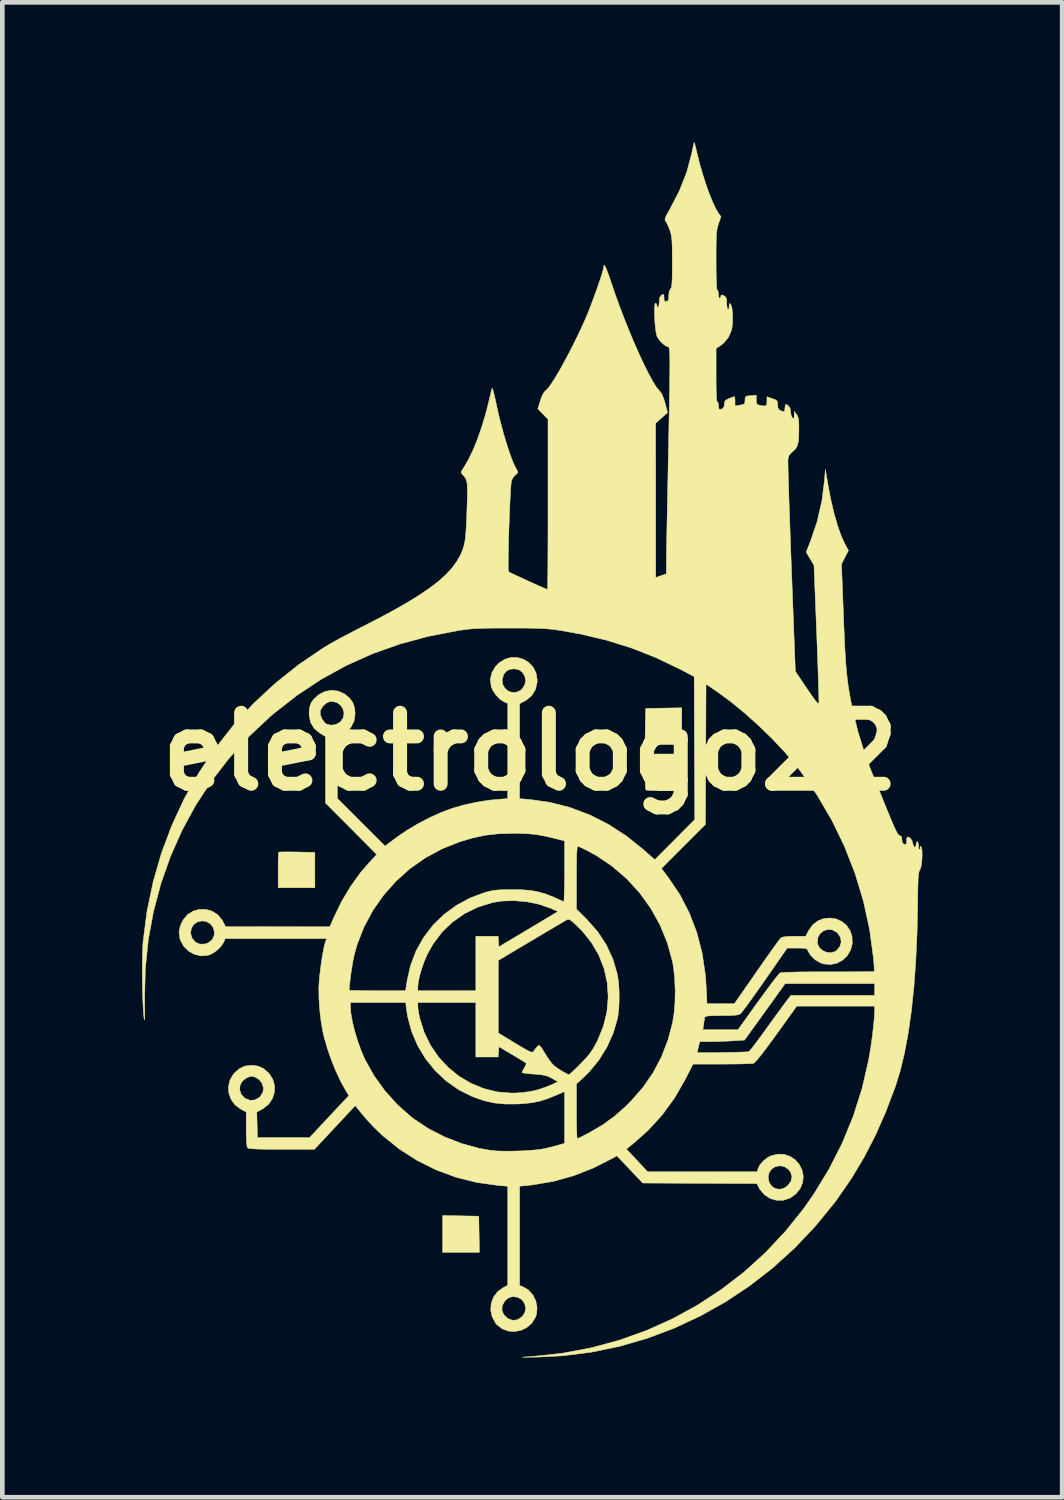
<source format=kicad_pcb>
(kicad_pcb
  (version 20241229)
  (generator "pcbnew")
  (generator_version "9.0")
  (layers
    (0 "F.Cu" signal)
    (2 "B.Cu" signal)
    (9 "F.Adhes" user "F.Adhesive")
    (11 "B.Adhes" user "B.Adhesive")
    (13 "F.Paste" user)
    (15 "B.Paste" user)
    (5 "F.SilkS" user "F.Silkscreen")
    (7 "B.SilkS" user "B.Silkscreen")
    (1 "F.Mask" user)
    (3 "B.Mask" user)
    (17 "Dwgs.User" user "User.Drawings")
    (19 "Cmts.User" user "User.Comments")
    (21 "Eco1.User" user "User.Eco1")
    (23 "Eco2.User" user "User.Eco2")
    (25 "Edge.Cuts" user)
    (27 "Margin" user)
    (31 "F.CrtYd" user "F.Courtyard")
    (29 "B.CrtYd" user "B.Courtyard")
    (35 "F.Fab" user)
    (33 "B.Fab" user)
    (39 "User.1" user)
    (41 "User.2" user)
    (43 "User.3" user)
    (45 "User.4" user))
  (footprint "electrologo22"
    (layer "F.Cu")
    (at 8.33 13.081)
    (property "Reference" "electrologo22" (at 0 0 0) (layer "F.SilkS") (effects (font (size 1.524 1.524) (thickness 0.3))))
    (attr through_hole)
    (fp_poly (pts (xy 3.251 -0.152) (xy 2.462 -0.152) (xy 2.477 -0.927) (xy 3.251 -0.941) (xy 3.251 -0.152)) (stroke (width 0.01) (type solid)) (fill yes) (layer "F.SilkS"))
    (fp_poly (pts (xy -1.105 9.97) (xy -1.098 10.357) (xy -1.091 10.744) (xy -1.88 10.744) (xy -1.88 9.955) (xy -1.105 9.97)) (stroke (width 0.01) (type solid)) (fill yes) (layer "F.SilkS"))
    (fp_poly (pts (xy -5.075 2.153) (xy -5.006 2.154) (xy -4.623 2.162) (xy -4.623 2.921) (xy -5.41 2.921) (xy -5.41 2.544) (xy -5.41 2.411) (xy -5.408 2.298) (xy -5.405 2.212) (xy -5.401 2.164) (xy -5.4 2.157) (xy -5.372 2.154) (xy -5.303 2.152) (xy -5.2 2.152) (xy -5.075 2.153)) (stroke (width 0.01) (type solid)) (fill yes) (layer "F.SilkS"))
    (fp_poly (pts (xy 3.251 0.838) (xy 2.874 0.838) (xy 2.741 0.837) (xy 2.626 0.834) (xy 2.539 0.83) (xy 2.489 0.824) (xy 2.481 0.821) (xy 2.475 0.791) (xy 2.47 0.72) (xy 2.466 0.616) (xy 2.464 0.49) (xy 2.464 0.428) (xy 2.464 0.051) (xy 3.251 0.051) (xy 3.251 0.838)) (stroke (width 0.01) (type solid)) (fill yes) (layer "F.SilkS"))
    (fp_poly (pts (xy 3.526 -13.056) (xy 3.542 -12.996) (xy 3.564 -12.908) (xy 3.581 -12.834) (xy 3.636 -12.615) (xy 3.7 -12.393) (xy 3.769 -12.179) (xy 3.84 -11.979) (xy 3.911 -11.803) (xy 3.978 -11.66) (xy 4.038 -11.558) (xy 4.039 -11.556) (xy 4.093 -11.48) (xy 4.04 -11.328) (xy 4.024 -11.276) (xy 4.011 -11.224) (xy 4.002 -11.163) (xy 3.995 -11.087) (xy 3.991 -10.987) (xy 3.989 -10.857) (xy 3.988 -10.689) (xy 3.988 -10.541) (xy 3.989 -10.326) (xy 3.992 -10.154) (xy 3.997 -10.025) (xy 4.003 -9.942) (xy 4.011 -9.907) (xy 4.013 -9.906) (xy 4.03 -9.884) (xy 4.038 -9.829) (xy 4.039 -9.817) (xy 4.045 -9.758) (xy 4.061 -9.729) (xy 4.064 -9.728) (xy 4.087 -9.749) (xy 4.089 -9.766) (xy 4.096 -9.799) (xy 4.124 -9.799) (xy 4.167 -9.778) (xy 4.199 -9.749) (xy 4.214 -9.694) (xy 4.216 -9.627) (xy 4.221 -9.552) (xy 4.233 -9.499) (xy 4.242 -9.487) (xy 4.26 -9.497) (xy 4.268 -9.548) (xy 4.268 -9.555) (xy 4.27 -9.61) (xy 4.28 -9.62) (xy 4.305 -9.591) (xy 4.306 -9.59) (xy 4.325 -9.538) (xy 4.338 -9.449) (xy 4.343 -9.34) (xy 4.342 -9.224) (xy 4.332 -9.116) (xy 4.318 -9.039) (xy 4.253 -8.893) (xy 4.152 -8.769) (xy 4.082 -8.714) (xy 3.988 -8.653) (xy 3.988 -8.071) (xy 3.989 -7.862) (xy 3.992 -7.7) (xy 3.997 -7.587) (xy 4.005 -7.521) (xy 4.013 -7.506) (xy 4.03 -7.495) (xy 4.038 -7.443) (xy 4.039 -7.431) (xy 4.044 -7.372) (xy 4.059 -7.342) (xy 4.062 -7.341) (xy 4.129 -7.359) (xy 4.162 -7.414) (xy 4.166 -7.455) (xy 4.172 -7.51) (xy 4.198 -7.545) (xy 4.259 -7.576) (xy 4.268 -7.579) (xy 4.333 -7.604) (xy 4.375 -7.619) (xy 4.382 -7.62) (xy 4.39 -7.597) (xy 4.394 -7.541) (xy 4.394 -7.52) (xy 4.394 -7.42) (xy 4.489 -7.435) (xy 4.561 -7.447) (xy 4.595 -7.465) (xy 4.607 -7.501) (xy 4.609 -7.551) (xy 4.613 -7.6) (xy 4.631 -7.626) (xy 4.678 -7.636) (xy 4.731 -7.64) (xy 4.851 -7.648) (xy 4.851 -7.548) (xy 4.855 -7.483) (xy 4.875 -7.45) (xy 4.923 -7.434) (xy 4.931 -7.433) (xy 5.013 -7.419) (xy 5.058 -7.424) (xy 5.076 -7.455) (xy 5.08 -7.517) (xy 5.08 -7.617) (xy 5.194 -7.578) (xy 5.264 -7.551) (xy 5.297 -7.524) (xy 5.308 -7.48) (xy 5.309 -7.444) (xy 5.316 -7.375) (xy 5.344 -7.335) (xy 5.373 -7.319) (xy 5.428 -7.296) (xy 5.453 -7.3) (xy 5.462 -7.341) (xy 5.466 -7.379) (xy 5.473 -7.438) (xy 5.488 -7.454) (xy 5.521 -7.436) (xy 5.531 -7.429) (xy 5.573 -7.38) (xy 5.588 -7.306) (xy 5.588 -7.291) (xy 5.598 -7.217) (xy 5.623 -7.166) (xy 5.626 -7.163) (xy 5.652 -7.149) (xy 5.663 -7.17) (xy 5.665 -7.217) (xy 5.665 -7.303) (xy 5.715 -7.239) (xy 5.738 -7.203) (xy 5.752 -7.156) (xy 5.761 -7.088) (xy 5.765 -6.988) (xy 5.765 -6.901) (xy 5.762 -6.748) (xy 5.75 -6.635) (xy 5.726 -6.552) (xy 5.686 -6.489) (xy 5.627 -6.436) (xy 5.617 -6.428) (xy 5.555 -6.363) (xy 5.531 -6.28) (xy 5.53 -6.241) (xy 5.531 -6.155) (xy 5.534 -6.026) (xy 5.539 -5.857) (xy 5.545 -5.653) (xy 5.552 -5.418) (xy 5.561 -5.154) (xy 5.571 -4.867) (xy 5.582 -4.56) (xy 5.593 -4.236) (xy 5.604 -3.954) (xy 5.689 -1.724) (xy 5.937 -1.354) (xy 6.036 -1.21) (xy 6.11 -1.108) (xy 6.16 -1.047) (xy 6.188 -1.026) (xy 6.194 -1.032) (xy 6.195 -1.066) (xy 6.194 -1.145) (xy 6.191 -1.266) (xy 6.186 -1.424) (xy 6.18 -1.614) (xy 6.173 -1.831) (xy 6.164 -2.071) (xy 6.155 -2.329) (xy 6.147 -2.54) (xy 6.089 -4) (xy 6.005 -4.141) (xy 5.921 -4.282) (xy 6.007 -4.497) (xy 6.157 -4.937) (xy 6.26 -5.39) (xy 6.315 -5.829) (xy 6.333 -6.058) (xy 6.389 -5.728) (xy 6.45 -5.409) (xy 6.519 -5.116) (xy 6.594 -4.854) (xy 6.673 -4.63) (xy 6.756 -4.45) (xy 6.768 -4.427) (xy 6.829 -4.318) (xy 6.754 -4.172) (xy 6.679 -4.026) (xy 6.718 -3.023) (xy 6.73 -2.706) (xy 6.742 -2.434) (xy 6.753 -2.2) (xy 6.765 -1.998) (xy 6.778 -1.822) (xy 6.792 -1.666) (xy 6.809 -1.523) (xy 6.827 -1.388) (xy 6.849 -1.254) (xy 6.875 -1.114) (xy 6.897 -1.003) (xy 7.026 -0.451) (xy 7.185 0.065) (xy 7.314 0.407) (xy 7.364 0.529) (xy 7.428 0.685) (xy 7.501 0.863) (xy 7.576 1.049) (xy 7.65 1.231) (xy 7.663 1.264) (xy 7.738 1.444) (xy 7.796 1.582) (xy 7.842 1.682) (xy 7.877 1.749) (xy 7.904 1.788) (xy 7.924 1.803) (xy 7.929 1.803) (xy 7.962 1.816) (xy 7.975 1.861) (xy 7.976 1.889) (xy 7.984 1.955) (xy 8.016 1.985) (xy 8.026 1.989) (xy 8.061 1.99) (xy 8.075 1.962) (xy 8.077 1.915) (xy 8.082 1.857) (xy 8.095 1.829) (xy 8.098 1.829) (xy 8.149 1.851) (xy 8.191 1.906) (xy 8.209 1.967) (xy 8.225 2.025) (xy 8.249 2.051) (xy 8.272 2.042) (xy 8.28 1.996) (xy 8.289 1.947) (xy 8.306 1.93) (xy 8.323 1.953) (xy 8.331 2.008) (xy 8.331 2.019) (xy 8.337 2.078) (xy 8.353 2.107) (xy 8.356 2.108) (xy 8.37 2.09) (xy 8.366 2.07) (xy 8.367 2.037) (xy 8.379 2.032) (xy 8.396 2.055) (xy 8.407 2.115) (xy 8.41 2.2) (xy 8.407 2.297) (xy 8.399 2.393) (xy 8.385 2.474) (xy 8.366 2.529) (xy 8.364 2.532) (xy 8.35 2.558) (xy 8.34 2.594) (xy 8.331 2.645) (xy 8.325 2.719) (xy 8.321 2.821) (xy 8.318 2.957) (xy 8.315 3.134) (xy 8.314 3.274) (xy 8.301 3.898) (xy 8.274 4.488) (xy 8.234 5.042) (xy 8.18 5.557) (xy 8.113 6.031) (xy 8.033 6.462) (xy 7.94 6.849) (xy 7.839 7.176) (xy 7.632 7.725) (xy 7.408 8.233) (xy 7.162 8.71) (xy 6.89 9.163) (xy 6.586 9.603) (xy 6.521 9.69) (xy 6.114 10.189) (xy 5.675 10.652) (xy 5.206 11.077) (xy 4.71 11.463) (xy 4.19 11.809) (xy 3.647 12.113) (xy 3.086 12.375) (xy 2.507 12.592) (xy 1.914 12.764) (xy 1.309 12.889) (xy 0.695 12.966) (xy 0.203 12.992) (xy 0.04 12.995) (xy -0.075 12.997) (xy -0.143 12.998) (xy -0.167 12.997) (xy -0.147 12.994) (xy -0.087 12.989) (xy 0.012 12.982) (xy 0.064 12.979) (xy 0.694 12.91) (xy 1.31 12.794) (xy 1.911 12.631) (xy 2.493 12.423) (xy 3.055 12.171) (xy 3.593 11.876) (xy 4.107 11.539) (xy 4.594 11.163) (xy 5.051 10.748) (xy 5.476 10.295) (xy 5.867 9.807) (xy 6.082 9.5) (xy 6.412 8.959) (xy 6.696 8.4) (xy 6.932 7.823) (xy 7.121 7.23) (xy 7.261 6.622) (xy 7.289 6.46) (xy 7.315 6.295) (xy 7.339 6.119) (xy 7.36 5.944) (xy 7.377 5.781) (xy 7.387 5.645) (xy 7.391 5.547) (xy 7.391 5.461) (xy 5.72 5.461) (xy 5.283 6.068) (xy 5.147 6.255) (xy 5.03 6.412) (xy 4.933 6.536) (xy 4.859 6.626) (xy 4.809 6.678) (xy 4.791 6.69) (xy 4.751 6.694) (xy 4.669 6.698) (xy 4.55 6.701) (xy 4.404 6.704) (xy 4.238 6.705) (xy 4.115 6.706) (xy 3.493 6.706) (xy 3.321 7.043) (xy 3.095 7.435) (xy 2.831 7.797) (xy 2.532 8.125) (xy 2.244 8.382) (xy 2.063 8.528) (xy 2.291 8.772) (xy 2.519 9.017) (xy 4.871 9.017) (xy 4.887 8.954) (xy 4.929 8.867) (xy 5.006 8.78) (xy 5.101 8.707) (xy 5.17 8.672) (xy 5.32 8.637) (xy 5.46 8.646) (xy 5.586 8.691) (xy 5.693 8.766) (xy 5.777 8.865) (xy 5.833 8.982) (xy 5.859 9.109) (xy 5.848 9.24) (xy 5.797 9.37) (xy 5.702 9.49) (xy 5.702 9.491) (xy 5.575 9.581) (xy 5.435 9.627) (xy 5.292 9.63) (xy 5.154 9.592) (xy 5.031 9.513) (xy 4.93 9.396) (xy 4.906 9.353) (xy 4.863 9.27) (xy 2.414 9.258) (xy 2.298 9.136) (xy 5.106 9.136) (xy 5.127 9.246) (xy 5.183 9.329) (xy 5.263 9.379) (xy 5.356 9.393) (xy 5.453 9.366) (xy 5.527 9.312) (xy 5.597 9.216) (xy 5.616 9.118) (xy 5.586 9.023) (xy 5.539 8.964) (xy 5.45 8.905) (xy 5.353 8.888) (xy 5.259 8.907) (xy 5.179 8.959) (xy 5.124 9.039) (xy 5.106 9.136) (xy 2.298 9.136) (xy 2.137 8.966) (xy 1.859 8.674) (xy 1.774 8.722) (xy 1.352 8.936) (xy 0.929 9.102) (xy 0.5 9.222) (xy 0.057 9.297) (xy -0.057 9.31) (xy -0.229 9.326) (xy -0.229 11.457) (xy -0.159 11.483) (xy -0.039 11.554) (xy 0.056 11.66) (xy 0.119 11.789) (xy 0.146 11.93) (xy 0.134 12.072) (xy 0.113 12.135) (xy 0.036 12.262) (xy -0.071 12.357) (xy -0.197 12.419) (xy -0.334 12.445) (xy -0.472 12.435) (xy -0.602 12.387) (xy -0.714 12.3) (xy -0.744 12.265) (xy -0.818 12.129) (xy -0.848 11.989) (xy -0.608 11.989) (xy -0.568 12.083) (xy -0.483 12.164) (xy -0.475 12.169) (xy -0.375 12.206) (xy -0.275 12.192) (xy -0.177 12.128) (xy -0.172 12.123) (xy -0.115 12.037) (xy -0.099 11.94) (xy -0.121 11.844) (xy -0.178 11.762) (xy -0.266 11.71) (xy -0.378 11.694) (xy -0.476 11.727) (xy -0.546 11.79) (xy -0.601 11.889) (xy -0.608 11.989) (xy -0.848 11.989) (xy -0.849 11.985) (xy -0.838 11.84) (xy -0.788 11.705) (xy -0.7 11.589) (xy -0.583 11.505) (xy -0.483 11.454) (xy -0.483 9.327) (xy -0.692 9.309) (xy -1.148 9.246) (xy -1.591 9.135) (xy -2.018 8.977) (xy -2.425 8.775) (xy -2.807 8.531) (xy -3.162 8.245) (xy -3.254 8.16) (xy -3.359 8.056) (xy -3.469 7.939) (xy -3.567 7.829) (xy -3.608 7.78) (xy -3.756 7.596) (xy -4.194 8.065) (xy -4.632 8.534) (xy -5.333 8.534) (xy -5.561 8.534) (xy -5.741 8.532) (xy -5.878 8.528) (xy -5.975 8.522) (xy -6.036 8.515) (xy -6.064 8.505) (xy -6.066 8.504) (xy -6.079 8.467) (xy -6.089 8.386) (xy -6.094 8.259) (xy -6.096 8.104) (xy -6.096 7.734) (xy -6.213 7.672) (xy -6.335 7.581) (xy -6.421 7.464) (xy -6.469 7.329) (xy -6.473 7.255) (xy -6.237 7.255) (xy -6.205 7.351) (xy -6.132 7.432) (xy -6.111 7.446) (xy -6.01 7.483) (xy -5.908 7.474) (xy -5.818 7.424) (xy -5.798 7.404) (xy -5.738 7.311) (xy -5.725 7.219) (xy -5.757 7.12) (xy -5.819 7.035) (xy -5.898 6.989) (xy -5.964 6.969) (xy -6.017 6.972) (xy -6.085 7) (xy -6.088 7.001) (xy -6.177 7.069) (xy -6.227 7.158) (xy -6.237 7.255) (xy -6.473 7.255) (xy -6.477 7.187) (xy -6.444 7.047) (xy -6.369 6.919) (xy -6.355 6.903) (xy -6.243 6.804) (xy -6.123 6.748) (xy -5.982 6.731) (xy -5.84 6.748) (xy -5.72 6.804) (xy -5.608 6.903) (xy -5.527 7.029) (xy -5.488 7.168) (xy -5.491 7.31) (xy -5.534 7.446) (xy -5.615 7.567) (xy -5.732 7.661) (xy -5.751 7.672) (xy -5.869 7.734) (xy -5.862 8.008) (xy -5.855 8.283) (xy -5.296 8.283) (xy -4.737 8.284) (xy -4.315 7.832) (xy -3.892 7.381) (xy -3.95 7.289) (xy -4.057 7.099) (xy -4.164 6.873) (xy -4.265 6.627) (xy -4.353 6.374) (xy -4.423 6.131) (xy -4.455 5.994) (xy -4.491 5.78) (xy -4.518 5.544) (xy -4.529 5.385) (xy -3.861 5.385) (xy -3.861 5.471) (xy -3.849 5.618) (xy -3.817 5.798) (xy -3.768 5.998) (xy -3.705 6.206) (xy -3.632 6.41) (xy -3.551 6.599) (xy -3.542 6.617) (xy -3.353 6.955) (xy -3.121 7.277) (xy -2.854 7.574) (xy -2.558 7.837) (xy -2.494 7.886) (xy -2.182 8.092) (xy -1.837 8.269) (xy -1.47 8.411) (xy -1.095 8.514) (xy -0.847 8.558) (xy -0.729 8.569) (xy -0.576 8.574) (xy -0.401 8.574) (xy -0.217 8.569) (xy -0.039 8.56) (xy 0.121 8.547) (xy 0.249 8.531) (xy 0.292 8.523) (xy 0.406 8.496) (xy 0.524 8.467) (xy 0.603 8.445) (xy 0.737 8.406) (xy 0.737 7.295) (xy 0.54 7.38) (xy 0.36 7.452) (xy 0.197 7.503) (xy 0.032 7.535) (xy -0.154 7.555) (xy -0.281 7.562) (xy -0.545 7.563) (xy -0.78 7.539) (xy -1.005 7.487) (xy -1.237 7.405) (xy -1.531 7.259) (xy -1.799 7.072) (xy -2.038 6.849) (xy -2.244 6.595) (xy -2.414 6.315) (xy -2.544 6.013) (xy -2.63 5.694) (xy -2.656 5.531) (xy -2.673 5.385) (xy -2.413 5.385) (xy -2.413 5.467) (xy -2.407 5.536) (xy -2.391 5.631) (xy -2.374 5.715) (xy -2.279 6.018) (xy -2.144 6.297) (xy -1.971 6.55) (xy -1.766 6.773) (xy -1.533 6.963) (xy -1.275 7.117) (xy -0.997 7.231) (xy -0.704 7.303) (xy -0.399 7.328) (xy -0.279 7.325) (xy -0.152 7.314) (xy -0.018 7.296) (xy 0.094 7.275) (xy 0.102 7.273) (xy 0.217 7.239) (xy 0.346 7.194) (xy 0.431 7.159) (xy 0.595 7.085) (xy 0.468 7.012) (xy 0.398 6.976) (xy 0.329 6.952) (xy 0.243 6.936) (xy 0.128 6.924) (xy 0.081 6.921) (xy -0.026 6.912) (xy -0.112 6.902) (xy -0.165 6.892) (xy -0.178 6.886) (xy -0.166 6.857) (xy -0.136 6.802) (xy -0.126 6.785) (xy -0.096 6.728) (xy -0.087 6.69) (xy -0.089 6.685) (xy -0.115 6.667) (xy -0.176 6.629) (xy -0.264 6.575) (xy -0.37 6.512) (xy -0.388 6.501) (xy -0.673 6.333) (xy -0.689 6.553) (xy -1.168 6.553) (xy -1.168 5.385) (xy -2.413 5.385) (xy -2.673 5.385) (xy -3.861 5.385) (xy -4.529 5.385) (xy -4.534 5.307) (xy -4.537 5.121) (xy -3.886 5.121) (xy -3.862 5.124) (xy -3.794 5.126) (xy -3.689 5.128) (xy -3.554 5.13) (xy -3.396 5.131) (xy -3.281 5.131) (xy -2.675 5.131) (xy -2.663 5.046) (xy -2.413 5.046) (xy -2.413 5.131) (xy -1.168 5.131) (xy -1.168 4.481) (xy -0.686 4.481) (xy -0.686 6.038) (xy -0.324 6.257) (xy -0.191 6.337) (xy -0.094 6.393) (xy -0.027 6.429) (xy 0.017 6.447) (xy 0.044 6.449) (xy 0.063 6.44) (xy 0.076 6.424) (xy 0.127 6.356) (xy 0.163 6.315) (xy 0.192 6.306) (xy 0.222 6.331) (xy 0.264 6.392) (xy 0.325 6.492) (xy 0.33 6.5) (xy 0.401 6.609) (xy 0.459 6.687) (xy 0.518 6.746) (xy 0.589 6.798) (xy 0.635 6.828) (xy 0.717 6.877) (xy 0.784 6.914) (xy 0.823 6.932) (xy 0.826 6.932) (xy 0.852 6.916) (xy 0.906 6.869) (xy 0.98 6.799) (xy 1.067 6.713) (xy 1.083 6.696) (xy 1.191 6.583) (xy 1.272 6.487) (xy 1.337 6.394) (xy 1.398 6.288) (xy 1.446 6.195) (xy 1.57 5.891) (xy 1.645 5.581) (xy 1.672 5.27) (xy 1.652 4.962) (xy 1.585 4.661) (xy 1.473 4.372) (xy 1.315 4.1) (xy 1.114 3.848) (xy 1.005 3.739) (xy 0.923 3.664) (xy 0.869 3.62) (xy 0.832 3.601) (xy 0.802 3.602) (xy 0.777 3.613) (xy 0.742 3.633) (xy 0.668 3.677) (xy 0.562 3.739) (xy 0.43 3.817) (xy 0.277 3.908) (xy 0.109 4.008) (xy 0.016 4.063) (xy -0.686 4.481) (xy -1.168 4.481) (xy -1.168 3.962) (xy -0.689 3.962) (xy -0.681 4.076) (xy -0.673 4.189) (xy 0.595 3.431) (xy 0.444 3.364) (xy 0.199 3.278) (xy -0.07 3.222) (xy -0.347 3.198) (xy -0.616 3.207) (xy -0.813 3.239) (xy -1.125 3.337) (xy -1.411 3.477) (xy -1.669 3.658) (xy -1.896 3.876) (xy -2.088 4.131) (xy -2.213 4.356) (xy -2.273 4.496) (xy -2.328 4.649) (xy -2.372 4.801) (xy -2.402 4.937) (xy -2.413 5.043) (xy -2.413 5.046) (xy -2.663 5.046) (xy -2.643 4.916) (xy -2.569 4.586) (xy -2.45 4.275) (xy -2.289 3.988) (xy -2.089 3.727) (xy -1.853 3.496) (xy -1.585 3.299) (xy -1.288 3.139) (xy -1.002 3.032) (xy -0.906 3.004) (xy -0.821 2.985) (xy -0.735 2.972) (xy -0.635 2.965) (xy -0.506 2.962) (xy -0.394 2.961) (xy -0.181 2.964) (xy 0.00006 2.978) (xy 0.164 3.007) (xy 0.326 3.053) (xy 0.5 3.121) (xy 0.701 3.213) (xy 0.718 3.221) (xy 0.723 3.199) (xy 0.727 3.133) (xy 0.731 3.029) (xy 0.734 2.895) (xy 0.736 2.735) (xy 0.736 2.705) (xy 0.991 2.705) (xy 0.991 3.378) (xy 1.214 3.6) (xy 1.447 3.864) (xy 1.632 4.147) (xy 1.773 4.45) (xy 1.869 4.777) (xy 1.869 4.781) (xy 1.893 4.934) (xy 1.906 5.117) (xy 1.908 5.314) (xy 1.901 5.504) (xy 1.882 5.671) (xy 1.872 5.728) (xy 1.781 6.04) (xy 1.646 6.341) (xy 1.472 6.621) (xy 1.265 6.872) (xy 1.181 6.955) (xy 0.991 7.133) (xy 0.991 7.719) (xy 0.991 7.886) (xy 0.994 8.034) (xy 0.997 8.156) (xy 1.001 8.246) (xy 1.006 8.297) (xy 1.01 8.305) (xy 1.039 8.294) (xy 1.102 8.263) (xy 1.19 8.219) (xy 1.267 8.178) (xy 1.551 8.012) (xy 1.806 7.827) (xy 2.051 7.611) (xy 2.154 7.508) (xy 2.42 7.204) (xy 2.64 6.886) (xy 2.818 6.546) (xy 2.852 6.458) (xy 3.581 6.458) (xy 3.605 6.46) (xy 3.671 6.461) (xy 3.77 6.461) (xy 3.893 6.461) (xy 4.031 6.459) (xy 4.176 6.456) (xy 4.318 6.454) (xy 4.449 6.45) (xy 4.56 6.447) (xy 4.642 6.443) (xy 4.686 6.44) (xy 4.69 6.439) (xy 4.712 6.417) (xy 4.76 6.359) (xy 4.827 6.272) (xy 4.91 6.161) (xy 5.003 6.034) (xy 5.044 5.977) (xy 5.147 5.834) (xy 5.248 5.695) (xy 5.34 5.569) (xy 5.416 5.465) (xy 5.471 5.391) (xy 5.48 5.378) (xy 5.591 5.232) (xy 7.391 5.232) (xy 7.391 4.978) (xy 5.471 4.978) (xy 5.035 5.584) (xy 4.598 6.19) (xy 4.35 6.206) (xy 4.206 6.214) (xy 4.046 6.22) (xy 3.9 6.223) (xy 3.87 6.223) (xy 3.638 6.223) (xy 3.61 6.336) (xy 3.593 6.405) (xy 3.583 6.45) (xy 3.581 6.458) (xy 2.852 6.458) (xy 2.958 6.18) (xy 3.054 5.818) (xy 3.087 5.611) (xy 3.106 5.372) (xy 3.11 5.117) (xy 3.099 4.865) (xy 3.074 4.631) (xy 3.052 4.503) (xy 2.941 4.102) (xy 2.785 3.72) (xy 2.586 3.362) (xy 2.347 3.03) (xy 2.071 2.729) (xy 1.814 2.507) (xy 2.815 2.507) (xy 2.967 2.708) (xy 3.213 3.073) (xy 3.415 3.465) (xy 3.574 3.881) (xy 3.688 4.321) (xy 3.757 4.785) (xy 3.777 5.061) (xy 3.792 5.41) (xy 4.087 5.41) (xy 4.381 5.41) (xy 4.862 4.718) (xy 4.978 4.551) (xy 5.087 4.396) (xy 5.184 4.26) (xy 5.266 4.146) (xy 5.304 4.094) (xy 6.161 4.094) (xy 6.165 4.121) (xy 6.204 4.207) (xy 6.277 4.271) (xy 6.369 4.309) (xy 6.467 4.315) (xy 6.554 4.284) (xy 6.569 4.273) (xy 6.644 4.185) (xy 6.673 4.085) (xy 6.657 3.984) (xy 6.595 3.892) (xy 6.576 3.875) (xy 6.482 3.824) (xy 6.385 3.816) (xy 6.295 3.845) (xy 6.22 3.905) (xy 6.172 3.99) (xy 6.161 4.094) (xy 5.304 4.094) (xy 5.329 4.06) (xy 5.369 4.008) (xy 5.381 3.994) (xy 5.431 3.977) (xy 5.527 3.966) (xy 5.666 3.962) (xy 5.911 3.962) (xy 5.973 3.842) (xy 6.061 3.718) (xy 6.173 3.632) (xy 6.299 3.583) (xy 6.433 3.57) (xy 6.565 3.59) (xy 6.686 3.645) (xy 6.79 3.731) (xy 6.867 3.849) (xy 6.905 3.969) (xy 6.911 4.121) (xy 6.874 4.26) (xy 6.802 4.38) (xy 6.702 4.475) (xy 6.58 4.541) (xy 6.444 4.569) (xy 6.3 4.556) (xy 6.229 4.533) (xy 6.109 4.463) (xy 6.014 4.368) (xy 5.968 4.29) (xy 5.951 4.254) (xy 5.929 4.232) (xy 5.891 4.221) (xy 5.824 4.217) (xy 5.726 4.216) (xy 5.514 4.216) (xy 5.041 4.896) (xy 4.925 5.062) (xy 4.816 5.216) (xy 4.718 5.353) (xy 4.635 5.468) (xy 4.57 5.554) (xy 4.529 5.607) (xy 4.517 5.62) (xy 4.488 5.638) (xy 4.448 5.65) (xy 4.385 5.658) (xy 4.293 5.663) (xy 4.161 5.664) (xy 4.111 5.664) (xy 3.959 5.666) (xy 3.852 5.67) (xy 3.784 5.678) (xy 3.752 5.69) (xy 3.748 5.696) (xy 3.738 5.739) (xy 3.727 5.811) (xy 3.721 5.848) (xy 3.705 5.969) (xy 4.081 5.968) (xy 4.458 5.968) (xy 4.886 5.371) (xy 4.998 5.217) (xy 5.102 5.076) (xy 5.194 4.953) (xy 5.27 4.854) (xy 5.327 4.785) (xy 5.359 4.751) (xy 5.362 4.749) (xy 5.4 4.742) (xy 5.486 4.736) (xy 5.616 4.732) (xy 5.786 4.728) (xy 5.995 4.726) (xy 6.238 4.725) (xy 6.391 4.725) (xy 6.609 4.725) (xy 6.81 4.725) (xy 6.99 4.724) (xy 7.143 4.723) (xy 7.262 4.722) (xy 7.343 4.72) (xy 7.38 4.718) (xy 7.382 4.717) (xy 7.383 4.69) (xy 7.38 4.622) (xy 7.373 4.526) (xy 7.365 4.43) (xy 7.282 3.815) (xy 7.15 3.208) (xy 6.97 2.614) (xy 6.744 2.034) (xy 6.472 1.473) (xy 6.157 0.934) (xy 5.799 0.42) (xy 5.69 0.279) (xy 5.463 0.01) (xy 5.2 -0.269) (xy 4.914 -0.548) (xy 4.617 -0.815) (xy 4.319 -1.06) (xy 4.032 -1.272) (xy 4 -1.294) (xy 3.772 -1.45) (xy 3.759 1.562) (xy 3.287 2.034) (xy 2.815 2.507) (xy 1.814 2.507) (xy 1.761 2.461) (xy 1.418 2.23) (xy 1.215 2.119) (xy 1.129 2.077) (xy 1.059 2.046) (xy 1.019 2.032) (xy 1.017 2.032) (xy 1.008 2.057) (xy 1.001 2.133) (xy 0.995 2.257) (xy 0.992 2.43) (xy 0.991 2.651) (xy 0.991 2.705) (xy 0.736 2.705) (xy 0.737 2.572) (xy 0.737 1.915) (xy 0.514 1.859) (xy 0.321 1.814) (xy 0.149 1.783) (xy -0.021 1.764) (xy -0.207 1.755) (xy -0.383 1.753) (xy -0.687 1.763) (xy -0.967 1.795) (xy -1.242 1.854) (xy -1.511 1.934) (xy -1.894 2.086) (xy -2.253 2.28) (xy -2.584 2.513) (xy -2.884 2.782) (xy -3.15 3.082) (xy -3.38 3.411) (xy -3.569 3.765) (xy -3.716 4.141) (xy -3.78 4.369) (xy -3.8 4.463) (xy -3.821 4.586) (xy -3.843 4.724) (xy -3.862 4.863) (xy -3.876 4.988) (xy -3.885 5.086) (xy -3.886 5.121) (xy -4.537 5.121) (xy -4.538 5.088) (xy -4.533 4.966) (xy -4.522 4.831) (xy -4.504 4.679) (xy -4.483 4.522) (xy -4.459 4.371) (xy -4.435 4.238) (xy -4.412 4.135) (xy -4.396 4.082) (xy -4.37 4.013) (xy -6.547 4.013) (xy -6.578 4.089) (xy -6.636 4.178) (xy -6.724 4.265) (xy -6.827 4.335) (xy -6.908 4.369) (xy -7.055 4.384) (xy -7.198 4.354) (xy -7.328 4.285) (xy -7.433 4.182) (xy -7.506 4.051) (xy -7.52 4.008) (xy -7.534 3.897) (xy -7.289 3.897) (xy -7.259 4.002) (xy -7.254 4.01) (xy -7.184 4.091) (xy -7.089 4.131) (xy -6.982 4.129) (xy -6.908 4.102) (xy -6.828 4.037) (xy -6.786 3.953) (xy -6.78 3.862) (xy -6.806 3.773) (xy -6.862 3.698) (xy -6.945 3.648) (xy -7.036 3.632) (xy -7.143 3.654) (xy -7.225 3.712) (xy -7.275 3.797) (xy -7.289 3.897) (xy -7.534 3.897) (xy -7.538 3.87) (xy -7.511 3.736) (xy -7.449 3.611) (xy -7.353 3.497) (xy -7.233 3.422) (xy -7.099 3.385) (xy -6.961 3.386) (xy -6.828 3.424) (xy -6.71 3.498) (xy -6.616 3.609) (xy -6.593 3.65) (xy -6.54 3.757) (xy -5.421 3.758) (xy -4.302 3.759) (xy -4.217 3.562) (xy -4.05 3.218) (xy -3.855 2.891) (xy -3.64 2.593) (xy -3.472 2.397) (xy -3.294 2.207) (xy -4.394 1.102) (xy -4.394 -0.323) (xy -4.517 -0.399) (xy -4.638 -0.499) (xy -4.713 -0.624) (xy -4.745 -0.773) (xy -4.745 -0.865) (xy -4.744 -0.873) (xy -4.507 -0.873) (xy -4.505 -0.794) (xy -4.472 -0.706) (xy -4.418 -0.629) (xy -4.369 -0.59) (xy -4.276 -0.568) (xy -4.175 -0.582) (xy -4.086 -0.628) (xy -4.071 -0.642) (xy -4.013 -0.73) (xy -3.997 -0.825) (xy -4.018 -0.917) (xy -4.07 -0.996) (xy -4.148 -1.053) (xy -4.247 -1.077) (xy -4.311 -1.072) (xy -4.383 -1.038) (xy -4.451 -0.973) (xy -4.499 -0.897) (xy -4.507 -0.873) (xy -4.744 -0.873) (xy -4.731 -0.969) (xy -4.701 -1.047) (xy -4.658 -1.111) (xy -4.54 -1.223) (xy -4.405 -1.292) (xy -4.26 -1.317) (xy -4.116 -1.298) (xy -3.978 -1.234) (xy -3.881 -1.152) (xy -3.808 -1.052) (xy -3.769 -0.937) (xy -3.759 -0.81) (xy -3.782 -0.653) (xy -3.85 -0.519) (xy -3.958 -0.414) (xy -4.063 -0.356) (xy -4.14 -0.324) (xy -4.14 0.339) (xy -4.14 1.003) (xy -3.629 1.515) (xy -3.117 2.026) (xy -2.848 1.825) (xy -2.642 1.685) (xy -2.405 1.545) (xy -2.153 1.414) (xy -1.905 1.302) (xy -1.689 1.221) (xy -1.433 1.147) (xy -1.159 1.086) (xy -0.889 1.043) (xy -0.713 1.025) (xy -0.483 1.008) (xy -0.483 -1.035) (xy -0.559 -1.067) (xy -0.649 -1.124) (xy -0.736 -1.214) (xy -0.806 -1.319) (xy -0.839 -1.4) (xy -0.855 -1.547) (xy -0.603 -1.547) (xy -0.593 -1.451) (xy -0.551 -1.369) (xy -0.484 -1.307) (xy -0.4 -1.272) (xy -0.309 -1.271) (xy -0.218 -1.309) (xy -0.176 -1.344) (xy -0.118 -1.432) (xy -0.1 -1.529) (xy -0.119 -1.623) (xy -0.17 -1.704) (xy -0.248 -1.759) (xy -0.343 -1.778) (xy -0.45 -1.764) (xy -0.526 -1.717) (xy -0.571 -1.652) (xy -0.603 -1.547) (xy -0.855 -1.547) (xy -0.856 -1.553) (xy -0.823 -1.698) (xy -0.743 -1.83) (xy -0.675 -1.9) (xy -0.547 -1.983) (xy -0.411 -2.022) (xy -0.274 -2.02) (xy -0.144 -1.982) (xy -0.029 -1.911) (xy 0.063 -1.811) (xy 0.125 -1.686) (xy 0.149 -1.539) (xy 0.147 -1.486) (xy 0.111 -1.331) (xy 0.032 -1.203) (xy -0.087 -1.104) (xy -0.111 -1.091) (xy -0.229 -1.029) (xy -0.229 1.009) (xy -0.019 1.026) (xy 0.423 1.088) (xy 0.856 1.199) (xy 1.277 1.358) (xy 1.682 1.563) (xy 2.069 1.815) (xy 2.422 2.098) (xy 2.673 2.319) (xy 3.531 1.457) (xy 3.524 -0.076) (xy 3.518 -1.61) (xy 3.213 -1.77) (xy 2.701 -2.016) (xy 2.179 -2.222) (xy 1.639 -2.391) (xy 1.071 -2.525) (xy 0.661 -2.598) (xy 0.551 -2.615) (xy 0.447 -2.627) (xy 0.339 -2.637) (xy 0.221 -2.644) (xy 0.082 -2.648) (xy -0.085 -2.651) (xy -0.289 -2.652) (xy -0.445 -2.652) (xy -0.677 -2.652) (xy -0.867 -2.65) (xy -1.023 -2.647) (xy -1.153 -2.642) (xy -1.267 -2.634) (xy -1.372 -2.623) (xy -1.478 -2.609) (xy -1.55 -2.598) (xy -2.19 -2.474) (xy -2.802 -2.308) (xy -3.388 -2.1) (xy -3.949 -1.848) (xy -4.487 -1.552) (xy -5.003 -1.21) (xy -5.498 -0.824) (xy -5.588 -0.747) (xy -6.046 -0.317) (xy -6.464 0.143) (xy -6.842 0.632) (xy -7.178 1.147) (xy -7.471 1.685) (xy -7.72 2.245) (xy -7.925 2.825) (xy -8.084 3.422) (xy -8.197 4.033) (xy -8.261 4.657) (xy -8.277 5.291) (xy -8.276 5.372) (xy -8.273 5.522) (xy -8.273 5.638) (xy -8.275 5.717) (xy -8.279 5.754) (xy -8.284 5.744) (xy -8.285 5.74) (xy -8.296 5.652) (xy -8.305 5.522) (xy -8.313 5.36) (xy -8.319 5.175) (xy -8.323 4.976) (xy -8.325 4.773) (xy -8.325 4.574) (xy -8.323 4.389) (xy -8.318 4.227) (xy -8.311 4.098) (xy -8.309 4.074) (xy -8.225 3.426) (xy -8.093 2.793) (xy -7.915 2.177) (xy -7.692 1.582) (xy -7.425 1.008) (xy -7.115 0.457) (xy -6.763 -0.067) (xy -6.371 -0.565) (xy -5.94 -1.032) (xy -5.47 -1.468) (xy -4.964 -1.871) (xy -4.432 -2.232) (xy -4.332 -2.292) (xy -4.198 -2.368) (xy -4.04 -2.454) (xy -3.869 -2.544) (xy -3.697 -2.633) (xy -3.645 -2.659) (xy -3.262 -2.856) (xy -2.924 -3.037) (xy -2.629 -3.206) (xy -2.373 -3.365) (xy -2.153 -3.515) (xy -1.967 -3.658) (xy -1.812 -3.797) (xy -1.685 -3.934) (xy -1.583 -4.071) (xy -1.504 -4.21) (xy -1.487 -4.245) (xy -1.455 -4.319) (xy -1.43 -4.393) (xy -1.41 -4.473) (xy -1.395 -4.568) (xy -1.383 -4.685) (xy -1.373 -4.832) (xy -1.365 -5.015) (xy -1.358 -5.213) (xy -1.352 -5.406) (xy -1.349 -5.555) (xy -1.35 -5.668) (xy -1.355 -5.751) (xy -1.366 -5.812) (xy -1.383 -5.858) (xy -1.408 -5.896) (xy -1.441 -5.933) (xy -1.459 -5.951) (xy -1.479 -5.978) (xy -1.479 -6.009) (xy -1.453 -6.058) (xy -1.421 -6.106) (xy -1.326 -6.269) (xy -1.228 -6.472) (xy -1.132 -6.708) (xy -1.042 -6.967) (xy -0.96 -7.239) (xy -0.901 -7.468) (xy -0.873 -7.586) (xy -0.848 -7.688) (xy -0.83 -7.763) (xy -0.82 -7.798) (xy -0.811 -7.789) (xy -0.794 -7.737) (xy -0.772 -7.651) (xy -0.747 -7.539) (xy -0.737 -7.492) (xy -0.685 -7.255) (xy -0.626 -7.019) (xy -0.563 -6.79) (xy -0.499 -6.577) (xy -0.436 -6.387) (xy -0.375 -6.227) (xy -0.32 -6.104) (xy -0.289 -6.05) (xy -0.266 -6.006) (xy -0.276 -5.975) (xy -0.313 -5.943) (xy -0.368 -5.883) (xy -0.401 -5.824) (xy -0.408 -5.783) (xy -0.416 -5.699) (xy -0.424 -5.58) (xy -0.432 -5.432) (xy -0.44 -5.263) (xy -0.447 -5.078) (xy -0.454 -4.886) (xy -0.461 -4.691) (xy -0.466 -4.503) (xy -0.47 -4.326) (xy -0.473 -4.168) (xy -0.473 -4.036) (xy -0.472 -3.936) (xy -0.469 -3.876) (xy -0.466 -3.861) (xy -0.438 -3.846) (xy -0.373 -3.814) (xy -0.281 -3.771) (xy -0.17 -3.72) (xy -0.05 -3.664) (xy 0.07 -3.61) (xy 0.181 -3.56) (xy 0.275 -3.519) (xy 0.34 -3.491) (xy 0.37 -3.48) (xy 0.37 -3.48) (xy 0.372 -3.505) (xy 0.374 -3.576) (xy 0.375 -3.69) (xy 0.377 -3.843) (xy 0.378 -4.031) (xy 0.379 -4.25) (xy 0.38 -4.495) (xy 0.381 -4.763) (xy 0.381 -5.05) (xy 0.381 -5.306) (xy 0.381 -7.133) (xy 0.272 -7.245) (xy 0.163 -7.357) (xy 0.215 -7.529) (xy 0.257 -7.645) (xy 0.303 -7.72) (xy 0.337 -7.752) (xy 0.384 -7.801) (xy 0.449 -7.891) (xy 0.528 -8.014) (xy 0.619 -8.166) (xy 0.716 -8.34) (xy 0.818 -8.53) (xy 0.921 -8.731) (xy 1.022 -8.935) (xy 1.117 -9.137) (xy 1.18 -9.279) (xy 1.233 -9.405) (xy 1.29 -9.55) (xy 1.349 -9.706) (xy 1.407 -9.864) (xy 1.461 -10.017) (xy 1.508 -10.155) (xy 1.544 -10.27) (xy 1.567 -10.353) (xy 1.575 -10.395) (xy 1.58 -10.437) (xy 1.597 -10.431) (xy 1.625 -10.378) (xy 1.665 -10.277) (xy 1.717 -10.127) (xy 1.725 -10.103) (xy 1.817 -9.831) (xy 1.917 -9.555) (xy 2.022 -9.281) (xy 2.129 -9.013) (xy 2.237 -8.757) (xy 2.343 -8.518) (xy 2.445 -8.3) (xy 2.541 -8.109) (xy 2.628 -7.95) (xy 2.704 -7.828) (xy 2.768 -7.747) (xy 2.781 -7.734) (xy 2.825 -7.672) (xy 2.868 -7.565) (xy 2.893 -7.48) (xy 2.947 -7.277) (xy 2.691 -7.048) (xy 2.692 -3.737) (xy 2.921 -3.815) (xy 2.921 -4.06) (xy 2.922 -4.126) (xy 2.924 -4.239) (xy 2.926 -4.392) (xy 2.929 -4.582) (xy 2.933 -4.804) (xy 2.938 -5.053) (xy 2.943 -5.324) (xy 2.949 -5.613) (xy 2.955 -5.914) (xy 2.959 -6.134) (xy 2.967 -6.551) (xy 2.975 -6.921) (xy 2.981 -7.245) (xy 2.986 -7.527) (xy 2.99 -7.771) (xy 2.993 -7.977) (xy 2.995 -8.151) (xy 2.996 -8.294) (xy 2.995 -8.409) (xy 2.994 -8.5) (xy 2.991 -8.568) (xy 2.988 -8.618) (xy 2.983 -8.652) (xy 2.977 -8.673) (xy 2.97 -8.683) (xy 2.962 -8.687) (xy 2.961 -8.687) (xy 2.911 -8.706) (xy 2.846 -8.754) (xy 2.781 -8.82) (xy 2.73 -8.889) (xy 2.725 -8.899) (xy 2.708 -8.953) (xy 2.693 -9.038) (xy 2.681 -9.145) (xy 2.672 -9.261) (xy 2.667 -9.378) (xy 2.666 -9.483) (xy 2.67 -9.566) (xy 2.68 -9.616) (xy 2.689 -9.627) (xy 2.712 -9.605) (xy 2.718 -9.574) (xy 2.728 -9.539) (xy 2.743 -9.538) (xy 2.759 -9.571) (xy 2.768 -9.635) (xy 2.769 -9.66) (xy 2.777 -9.741) (xy 2.805 -9.788) (xy 2.819 -9.799) (xy 2.853 -9.815) (xy 2.867 -9.801) (xy 2.87 -9.746) (xy 2.87 -9.738) (xy 2.875 -9.678) (xy 2.891 -9.658) (xy 2.91 -9.662) (xy 2.951 -9.675) (xy 2.961 -9.677) (xy 2.968 -9.7) (xy 2.971 -9.757) (xy 2.972 -9.789) (xy 2.981 -9.875) (xy 3.007 -9.928) (xy 3.01 -9.931) (xy 3.023 -9.95) (xy 3.033 -9.984) (xy 3.04 -10.042) (xy 3.044 -10.128) (xy 3.047 -10.25) (xy 3.048 -10.414) (xy 3.048 -10.502) (xy 3.047 -10.687) (xy 3.046 -10.83) (xy 3.042 -10.939) (xy 3.035 -11.022) (xy 3.025 -11.088) (xy 3.011 -11.145) (xy 2.997 -11.189) (xy 2.963 -11.276) (xy 2.929 -11.347) (xy 2.908 -11.38) (xy 2.893 -11.403) (xy 2.892 -11.433) (xy 2.908 -11.478) (xy 2.944 -11.549) (xy 3 -11.648) (xy 3.204 -12.044) (xy 3.359 -12.44) (xy 3.464 -12.833) (xy 3.468 -12.852) (xy 3.488 -12.95) (xy 3.505 -13.027) (xy 3.516 -13.07) (xy 3.518 -13.076) (xy 3.526 -13.056)) (stroke (width 0.01) (type solid)) (fill yes) (layer "F.SilkS")))
  (gr_rect
    (start -3 -3)
    (end 19.745 29.083)
    (stroke (width 0.1) (type default))
    (fill no)
    (layer "Edge.Cuts")))
</source>
